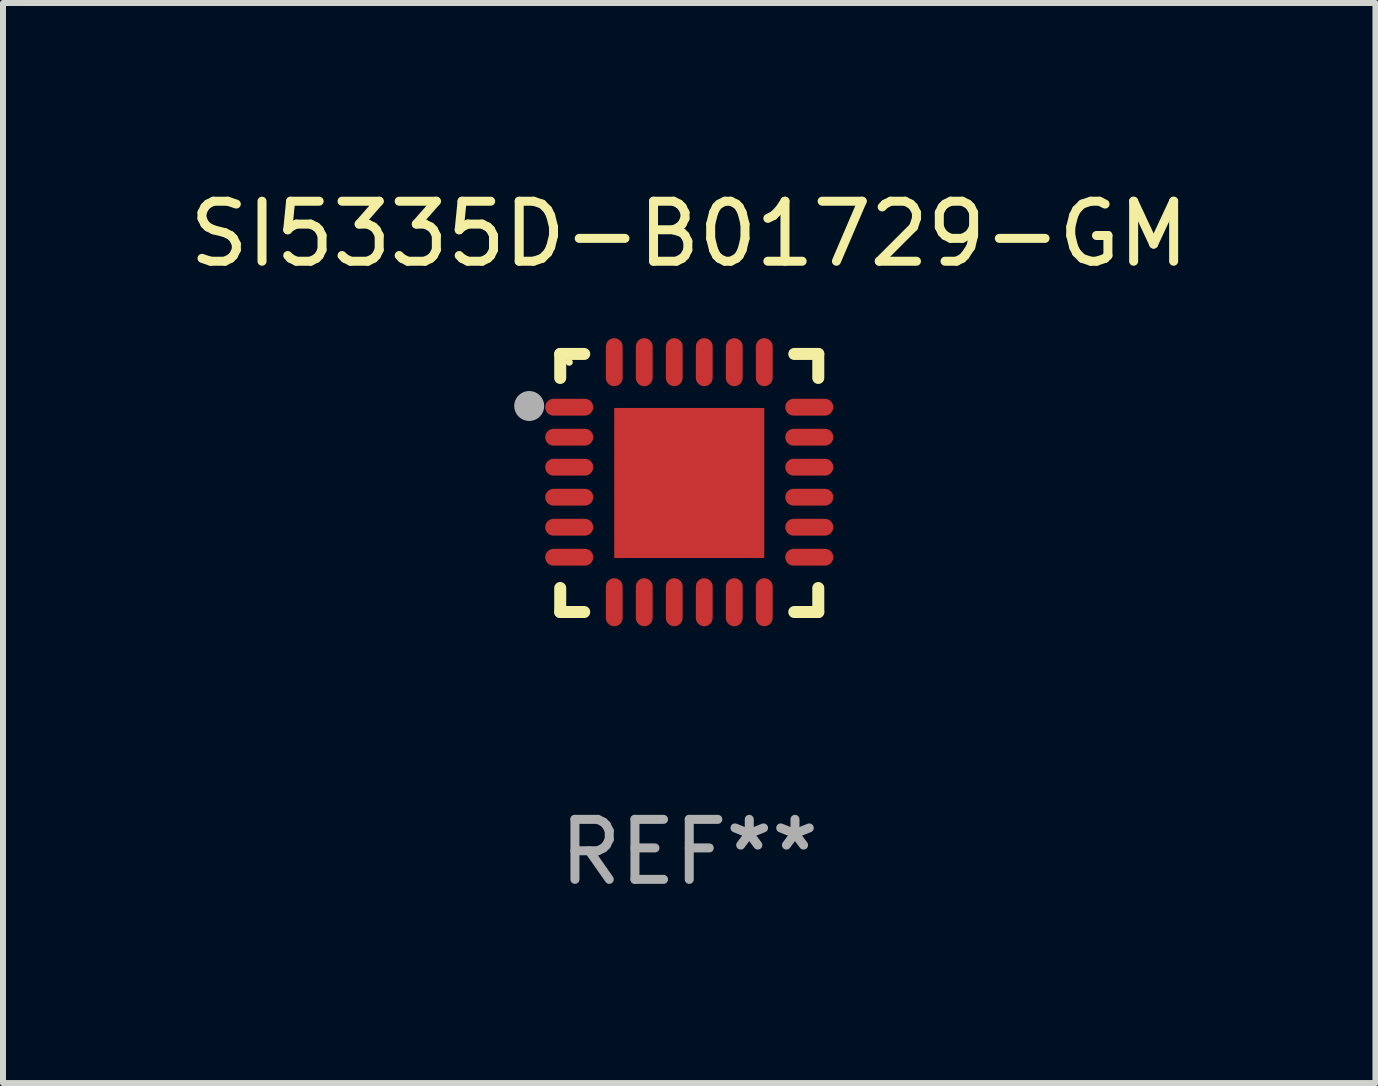
<source format=kicad_pcb>
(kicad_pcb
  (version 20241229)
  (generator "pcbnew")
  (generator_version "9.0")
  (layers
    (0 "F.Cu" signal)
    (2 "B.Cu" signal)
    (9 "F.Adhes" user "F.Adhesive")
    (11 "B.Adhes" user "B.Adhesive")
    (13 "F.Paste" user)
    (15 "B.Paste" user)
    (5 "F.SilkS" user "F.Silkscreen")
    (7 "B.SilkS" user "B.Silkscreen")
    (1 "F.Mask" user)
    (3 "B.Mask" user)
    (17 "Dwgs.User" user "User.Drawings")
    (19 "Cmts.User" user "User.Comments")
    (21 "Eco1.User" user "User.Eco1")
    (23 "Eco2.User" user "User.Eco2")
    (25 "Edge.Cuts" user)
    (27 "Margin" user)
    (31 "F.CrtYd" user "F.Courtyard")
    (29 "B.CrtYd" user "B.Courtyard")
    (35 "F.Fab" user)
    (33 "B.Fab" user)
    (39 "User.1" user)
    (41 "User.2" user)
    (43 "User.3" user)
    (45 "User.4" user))
  (footprint "SI5335D-B01729-GM"
    (layer "F.Cu")
    (at 8.435 4.998)
    (property "Reference" "SI5335D-B01729-GM" (at 0 -4.15 0) (layer "F.SilkS") (effects (font (size 1 1) (thickness 0.15))))
    (attr through_hole)
    (fp_line (start -2.15 -2.15) (end -1.75 -2.15) (stroke (width 0.2) (type solid)) (layer "F.SilkS"))
    (fp_line (start -2.15 -1.75) (end -2.15 -2.15) (stroke (width 0.2) (type solid)) (layer "F.SilkS"))
    (fp_line (start -2.15 2.15) (end -2.15 1.75) (stroke (width 0.2) (type solid)) (layer "F.SilkS"))
    (fp_line (start -1.75 2.15) (end -2.15 2.15) (stroke (width 0.2) (type solid)) (layer "F.SilkS"))
    (fp_line (start 1.75 -2.15) (end 2.15 -2.15) (stroke (width 0.2) (type solid)) (layer "F.SilkS"))
    (fp_line (start 1.75 2.15) (end 2.15 2.15) (stroke (width 0.2) (type solid)) (layer "F.SilkS"))
    (fp_line (start 2.15 -2.15) (end 2.15 -1.75) (stroke (width 0.2) (type solid)) (layer "F.SilkS"))
    (fp_line (start 2.15 2.15) (end 2.15 1.75) (stroke (width 0.2) (type solid)) (layer "F.SilkS"))
    (fp_circle (center -2 -2.013) (end -1.97 -2.013) (stroke (width 0.06) (type solid)) (fill no) (layer "F.SilkS"))
    (fp_circle (center -2.667 -1.283) (end -2.542 -1.283) (stroke (width 0.25) (type solid)) (fill no) (layer "F.Fab"))
    (fp_text user "REF**" (at 0 6.15 0) (layer "F.Fab") (effects (font (size 1 1) (thickness 0.15))))
    (pad "1" smd oval (at -2 -1.263) (size 0.8 0.28) (layers "F.Cu" "F.Mask" "F.Paste"))
    (pad "2" smd oval (at -2 -0.763) (size 0.8 0.28) (layers "F.Cu" "F.Mask" "F.Paste"))
    (pad "3" smd oval (at -2 -0.263) (size 0.8 0.28) (layers "F.Cu" "F.Mask" "F.Paste"))
    (pad "4" smd oval (at -2 0.237) (size 0.8 0.28) (layers "F.Cu" "F.Mask" "F.Paste"))
    (pad "5" smd oval (at -2 0.737) (size 0.8 0.28) (layers "F.Cu" "F.Mask" "F.Paste"))
    (pad "6" smd oval (at -2 1.237) (size 0.8 0.28) (layers "F.Cu" "F.Mask" "F.Paste"))
    (pad "7" smd oval (at -1.25 1.987) (size 0.28 0.8) (layers "F.Cu" "F.Mask" "F.Paste"))
    (pad "8" smd oval (at -0.75 1.987) (size 0.28 0.8) (layers "F.Cu" "F.Mask" "F.Paste"))
    (pad "9" smd oval (at -0.25 1.987) (size 0.28 0.8) (layers "F.Cu" "F.Mask" "F.Paste"))
    (pad "10" smd oval (at 0.25 1.987) (size 0.28 0.8) (layers "F.Cu" "F.Mask" "F.Paste"))
    (pad "11" smd oval (at 0.75 1.987) (size 0.28 0.8) (layers "F.Cu" "F.Mask" "F.Paste"))
    (pad "12" smd oval (at 1.25 1.987) (size 0.28 0.8) (layers "F.Cu" "F.Mask" "F.Paste"))
    (pad "13" smd oval (at 2 1.237) (size 0.8 0.28) (layers "F.Cu" "F.Mask" "F.Paste"))
    (pad "14" smd oval (at 2 0.737) (size 0.8 0.28) (layers "F.Cu" "F.Mask" "F.Paste"))
    (pad "15" smd oval (at 2 0.237) (size 0.8 0.28) (layers "F.Cu" "F.Mask" "F.Paste"))
    (pad "16" smd oval (at 2 -0.263) (size 0.8 0.28) (layers "F.Cu" "F.Mask" "F.Paste"))
    (pad "17" smd oval (at 2 -0.763) (size 0.8 0.28) (layers "F.Cu" "F.Mask" "F.Paste"))
    (pad "18" smd oval (at 2 -1.263) (size 0.8 0.28) (layers "F.Cu" "F.Mask" "F.Paste"))
    (pad "19" smd oval (at 1.25 -2.013) (size 0.28 0.8) (layers "F.Cu" "F.Mask" "F.Paste"))
    (pad "20" smd oval (at 0.75 -2.013) (size 0.28 0.8) (layers "F.Cu" "F.Mask" "F.Paste"))
    (pad "21" smd oval (at 0.25 -2.013) (size 0.28 0.8) (layers "F.Cu" "F.Mask" "F.Paste"))
    (pad "22" smd oval (at -0.25 -2.013) (size 0.28 0.8) (layers "F.Cu" "F.Mask" "F.Paste"))
    (pad "23" smd oval (at -0.75 -2.013) (size 0.28 0.8) (layers "F.Cu" "F.Mask" "F.Paste"))
    (pad "24" smd oval (at -1.25 -2.013) (size 0.28 0.8) (layers "F.Cu" "F.Mask" "F.Paste"))
    (pad "25" smd rect (at -0.000127 -0.00014) (size 2.5 2.5) (layers "F.Cu" "F.Mask" "F.Paste")))
  (gr_rect
    (start -3 -3)
    (end 19.869 14.997)
    (stroke (width 0.1) (type default))
    (fill no)
    (layer "Edge.Cuts")))
</source>
